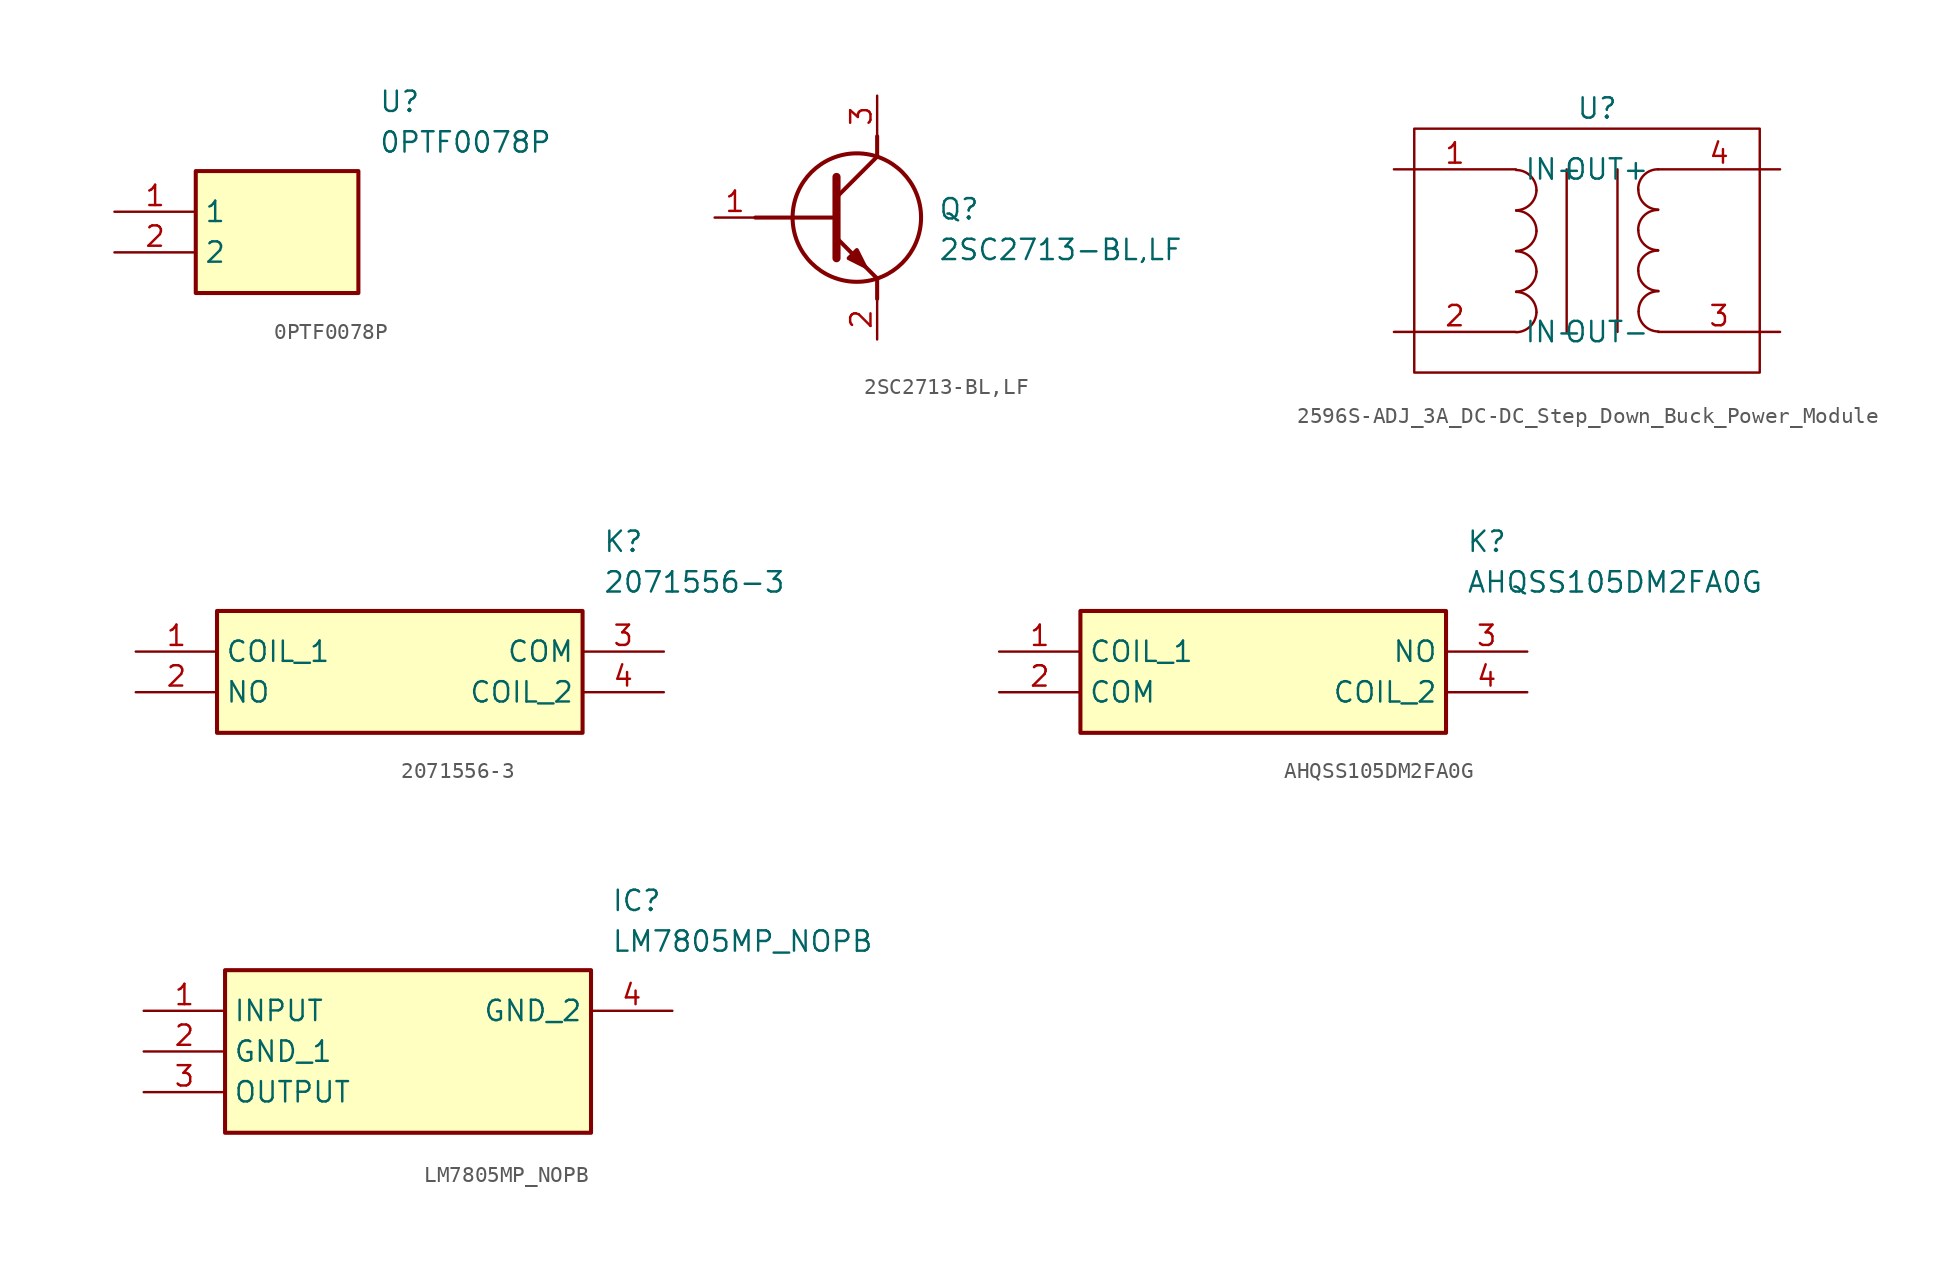
<source format=kicad_sym>
(kicad_symbol_lib
  (version 20220914)
  (generator kicad_symbol_editor)
  (symbol "0PTF0078P"
    (property "Reference" "U"
      (at 16.51 7.62 0)
      (effects (font (size 1.27 1.27)) (justify left top)))
    (property "Value" "0PTF0078P"
      (at 16.51 5.08 0)
      (effects (font (size 1.27 1.27)) (justify left top)))
    (rectangle
      (start 5.08 2.54)
      (end 15.24 -5.08)
      (stroke (width 0.254) (type default))
      (fill (type background)))
    (pin passive line
      (at 0 0 0)
      (length 5.08)
      (name "1" (effects (font (size 1.27 1.27))))
      (number "1" (effects (font (size 1.27 1.27)))))
    (pin passive line
      (at 0 -2.54 0)
      (length 5.08)
      (name "2" (effects (font (size 1.27 1.27))))
      (number "2" (effects (font (size 1.27 1.27))))))
  (symbol "2SC2713-BL,LF"
    (pin_names hide)
    (property "Reference" "Q"
      (at 13.97 1.27 0)
      (effects (font (size 1.27 1.27)) (justify left top)))
    (property "Value" "2SC2713-BL,LF"
      (at 13.97 -1.27 0)
      (effects (font (size 1.27 1.27)) (justify left top)))
    (symbol "2SC2713-BL,LF_1_1"
      (polyline (pts (xy 2.54 0) (xy 7.62 0)) (stroke (width 0.254) (type default)) (fill (type none)))
      (polyline (pts (xy 7.62 -1.27) (xy 10.16 -3.81)) (stroke (width 0.254) (type default)) (fill (type none)))
      (polyline (pts (xy 7.62 1.27) (xy 10.16 3.81)) (stroke (width 0.254) (type default)) (fill (type none)))
      (polyline (pts (xy 7.62 2.54) (xy 7.62 -2.54)) (stroke (width 0.508) (type default)) (fill (type none)))
      (polyline (pts (xy 10.16 -3.81) (xy 10.16 -5.08)) (stroke (width 0.254) (type default)) (fill (type none)))
      (polyline (pts (xy 10.16 3.81) (xy 10.16 5.08)) (stroke (width 0.254) (type default)) (fill (type none)))
      (polyline (pts (xy 8.382 -2.54) (xy 8.89 -2.032) (xy 9.398 -3.048) (xy 8.382 -2.54)) (stroke (width 0.254) (type default)) (fill (type outline)))
      (circle (center 8.89 0) (radius 4.016) (stroke (width 0.254) (type default)) (fill (type none)))
      (pin passive line (at 0 0 0) (length 2.54) (name "B" (effects (font (size 1.27 1.27)))) (number "1" (effects (font (size 1.27 1.27)))))
      (pin passive line (at 10.16 -7.62 90) (length 2.54) (name "E" (effects (font (size 1.27 1.27)))) (number "2" (effects (font (size 1.27 1.27)))))
      (pin passive line (at 10.16 7.62 270) (length 2.54) (name "C" (effects (font (size 1.27 1.27)))) (number "3" (effects (font (size 1.27 1.27)))))))
  (symbol "2596S-ADJ_3A_DC-DC_Step_Down_Buck_Power_Module"
    (property "Reference" "U"
      (at 1.27 8.89 0)
      (effects (font (size 1.27 1.27))))
    (property "Value" ""
      (at 0 0 0)
      (effects (font (size 1.27 1.27))))
    (symbol "2596S-ADJ_3A_DC-DC_Step_Down_Buck_Power_Module_0_1"
      (rectangle (start -10.16 7.62) (end 11.43 -7.62) (stroke (width 0) (type default)) (fill (type none)))
      (arc (start -3.7917 -5.0989) (mid -2.9078 -4.7306) (end -2.5217 -3.8543) (stroke (width 0) (type default)) (fill (type none)))
      (arc (start -3.7917 -2.5589) (mid -2.9078 -2.1906) (end -2.5217 -1.3143) (stroke (width 0) (type default)) (fill (type none)))
      (arc (start -3.7917 -0.0189) (mid -2.9078 0.3494) (end -2.5217 1.2257) (stroke (width 0) (type default)) (fill (type none)))
      (arc (start -3.7917 2.5211) (mid -2.9078 2.8894) (end -2.5217 3.7657) (stroke (width 0) (type default)) (fill (type none)))
      (arc (start -2.5217 -3.8543) (mid -2.8937 -2.9563) (end -3.7917 -2.5843) (stroke (width 0) (type default)) (fill (type none)))
      (arc (start -2.5217 -1.3143) (mid -2.8937 -0.4163) (end -3.7917 -0.0443) (stroke (width 0) (type default)) (fill (type none)))
      (arc (start -2.5217 1.2257) (mid -2.8937 2.1237) (end -3.7917 2.4957) (stroke (width 0) (type default)) (fill (type none)))
      (arc (start -2.5217 3.7657) (mid -2.8937 4.6637) (end -3.7917 5.0357) (stroke (width 0) (type default)) (fill (type none)))
      (polyline (pts (xy -0.635 5.08) (xy -0.635 -5.08)) (stroke (width 0) (type default)) (fill (type none)))
      (polyline (pts (xy 2.54 -5.08) (xy 2.54 5.08)) (stroke (width 0) (type default)) (fill (type none)))
      (arc (start 3.8354 -1.27) (mid 4.1999 -2.1501) (end 5.08 -2.5146) (stroke (width 0) (type default)) (fill (type none)))
      (arc (start 3.8354 1.27) (mid 4.1999 0.3899) (end 5.08 0.0254) (stroke (width 0) (type default)) (fill (type none)))
      (arc (start 3.8354 3.81) (mid 4.1999 2.9299) (end 5.08 2.5654) (stroke (width 0) (type default)) (fill (type none)))
      (arc (start 3.8608 -3.81) (mid 4.2254 -4.6899) (end 5.1054 -5.0546) (stroke (width 0) (type default)) (fill (type none)))
      (arc (start 5.08 0) (mid 4.1858 -0.3685) (end 3.8354 -1.27) (stroke (width 0) (type default)) (fill (type none)))
      (arc (start 5.08 2.54) (mid 4.1858 2.1715) (end 3.8354 1.27) (stroke (width 0) (type default)) (fill (type none)))
      (arc (start 5.08 5.08) (mid 4.1858 4.7115) (end 3.8354 3.81) (stroke (width 0) (type default)) (fill (type none)))
      (arc (start 5.1054 -2.54) (mid 4.2109 -2.9083) (end 3.8608 -3.81) (stroke (width 0) (type default)) (fill (type none))))
    (symbol "2596S-ADJ_3A_DC-DC_Step_Down_Buck_Power_Module_1_1"
      (pin passive line (at -11.43 5.08 0) (length 7.62) (name "IN+" (effects (font (size 1.27 1.27)))) (number "1" (effects (font (size 1.27 1.27)))))
      (pin passive line (at -11.43 -5.08 0) (length 7.62) (name "IN-" (effects (font (size 1.27 1.27)))) (number "2" (effects (font (size 1.27 1.27)))))
      (pin passive line (at 12.7 -5.08 180) (length 7.62) (name "OUT-" (effects (font (size 1.27 1.27)))) (number "3" (effects (font (size 1.27 1.27)))))
      (pin passive line (at 12.7 5.08 180) (length 7.62) (name "OUT+" (effects (font (size 1.27 1.27)))) (number "4" (effects (font (size 1.27 1.27)))))))
  (symbol "2071556-3"
    (property "Reference" "K"
      (at 29.21 7.62 0)
      (effects (font (size 1.27 1.27)) (justify left top)))
    (property "Value" "2071556-3"
      (at 29.21 5.08 0)
      (effects (font (size 1.27 1.27)) (justify left top)))
    (rectangle
      (start 5.08 2.54)
      (end 27.94 -5.08)
      (stroke (width 0.254) (type default))
      (fill (type background)))
    (pin passive line
      (at 0 0 0)
      (length 5.08)
      (name "COIL_1" (effects (font (size 1.27 1.27))))
      (number "1" (effects (font (size 1.27 1.27)))))
    (pin passive line
      (at 0 -2.54 0)
      (length 5.08)
      (name "NO" (effects (font (size 1.27 1.27))))
      (number "2" (effects (font (size 1.27 1.27)))))
    (pin passive line
      (at 33.02 0 180)
      (length 5.08)
      (name "COM" (effects (font (size 1.27 1.27))))
      (number "3" (effects (font (size 1.27 1.27)))))
    (pin passive line
      (at 33.02 -2.54 180)
      (length 5.08)
      (name "COIL_2" (effects (font (size 1.27 1.27))))
      (number "4" (effects (font (size 1.27 1.27))))))
  (symbol "AHQSS105DM2FA0G"
    (property "Reference" "K"
      (at 29.21 7.62 0)
      (effects (font (size 1.27 1.27)) (justify left top)))
    (property "Value" "AHQSS105DM2FA0G"
      (at 29.21 5.08 0)
      (effects (font (size 1.27 1.27)) (justify left top)))
    (symbol "AHQSS105DM2FA0G_1_1"
      (rectangle (start 5.08 2.54) (end 27.94 -5.08) (stroke (width 0.254) (type default)) (fill (type background)))
      (pin passive line (at 0 0 0) (length 5.08) (name "COIL_1" (effects (font (size 1.27 1.27)))) (number "1" (effects (font (size 1.27 1.27)))))
      (pin passive line (at 0 -2.54 0) (length 5.08) (name "COM" (effects (font (size 1.27 1.27)))) (number "2" (effects (font (size 1.27 1.27)))))
      (pin passive line (at 33.02 0 180) (length 5.08) (name "NO" (effects (font (size 1.27 1.27)))) (number "3" (effects (font (size 1.27 1.27)))))
      (pin passive line (at 33.02 -2.54 180) (length 5.08) (name "COIL_2" (effects (font (size 1.27 1.27)))) (number "4" (effects (font (size 1.27 1.27)))))))
  (symbol "LM7805MP_NOPB"
    (property "Reference" "IC"
      (at 29.21 7.62 0)
      (effects (font (size 1.27 1.27)) (justify left top)))
    (property "Value" "LM7805MP_NOPB"
      (at 29.21 5.08 0)
      (effects (font (size 1.27 1.27)) (justify left top)))
    (symbol "LM7805MP_NOPB_1_1"
      (rectangle (start 5.08 2.54) (end 27.94 -7.62) (stroke (width 0.254) (type default)) (fill (type background)))
      (pin passive line (at 0 0 0) (length 5.08) (name "INPUT" (effects (font (size 1.27 1.27)))) (number "1" (effects (font (size 1.27 1.27)))))
      (pin passive line (at 0 -2.54 0) (length 5.08) (name "GND_1" (effects (font (size 1.27 1.27)))) (number "2" (effects (font (size 1.27 1.27)))))
      (pin passive line (at 0 -5.08 0) (length 5.08) (name "OUTPUT" (effects (font (size 1.27 1.27)))) (number "3" (effects (font (size 1.27 1.27)))))
      (pin passive line (at 33.02 0 180) (length 5.08) (name "GND_2" (effects (font (size 1.27 1.27)))) (number "4" (effects (font (size 1.27 1.27))))))))
</source>
